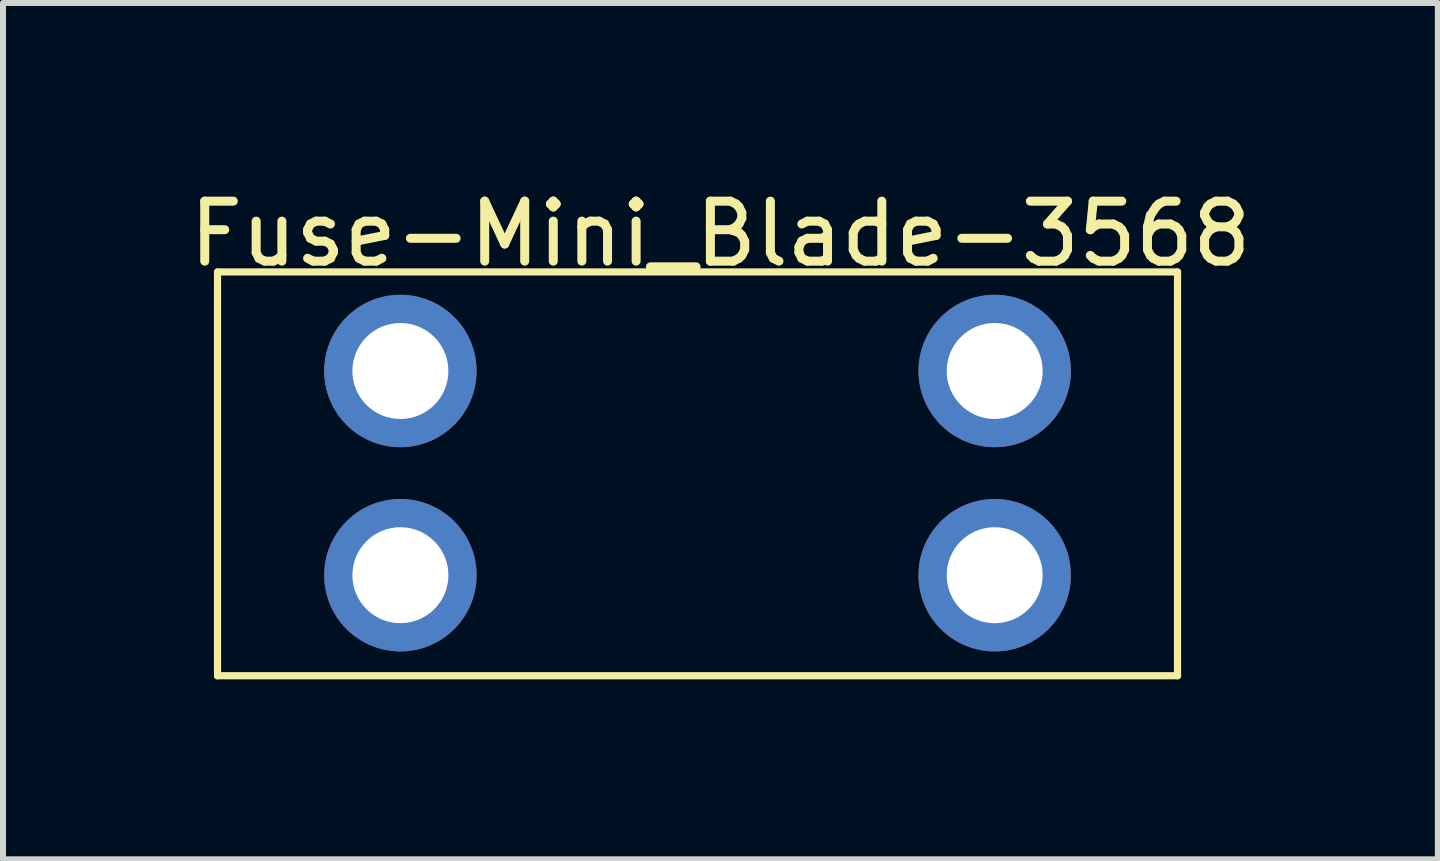
<source format=kicad_pcb>
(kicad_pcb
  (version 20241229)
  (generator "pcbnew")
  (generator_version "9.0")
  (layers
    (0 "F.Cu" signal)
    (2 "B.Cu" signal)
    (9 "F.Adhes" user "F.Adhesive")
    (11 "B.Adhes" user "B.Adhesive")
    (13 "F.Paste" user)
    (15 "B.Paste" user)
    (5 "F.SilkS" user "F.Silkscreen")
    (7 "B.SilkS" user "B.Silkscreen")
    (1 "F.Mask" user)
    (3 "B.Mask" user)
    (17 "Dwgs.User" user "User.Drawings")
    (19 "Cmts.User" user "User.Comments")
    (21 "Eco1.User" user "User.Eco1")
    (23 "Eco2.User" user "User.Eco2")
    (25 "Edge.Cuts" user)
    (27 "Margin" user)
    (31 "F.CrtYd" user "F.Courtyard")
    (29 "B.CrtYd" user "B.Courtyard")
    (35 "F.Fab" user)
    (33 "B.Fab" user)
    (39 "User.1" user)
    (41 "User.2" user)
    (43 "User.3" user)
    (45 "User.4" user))
  (footprint "Fuse-Mini_Blade-3568"
    (layer "F.Cu")
    (at 8.704 4.912)
    (property "Reference" "Fuse-Mini_Blade-3568" (at 0.254 -4.064 0) (layer "F.SilkS") (effects (font (size 1 1) (thickness 0.15))))
    (attr through_hole)
    (fp_line (start -8.128 -3.429) (end -8.128 3.302) (stroke (width 0.12) (type solid)) (layer "F.SilkS"))
    (fp_line (start -8.128 -3.429) (end 7.874 -3.429) (stroke (width 0.12) (type solid)) (layer "F.SilkS"))
    (fp_line (start 7.874 -3.429) (end 7.874 3.302) (stroke (width 0.12) (type solid)) (layer "F.SilkS"))
    (fp_line (start 7.874 3.302) (end -8.128 3.302) (stroke (width 0.12) (type solid)) (layer "F.SilkS"))
    (pad "1" thru_hole circle (at -5.08 -1.778) (size 2.54 2.54) (drill 1.6) (layers "*.Cu" "*.Mask"))
    (pad "2" thru_hole circle (at 4.826 -1.778) (size 2.54 2.54) (drill 1.6) (layers "*.Cu" "*.Mask"))
    (pad "3" thru_hole circle (at -5.08 1.626) (size 2.54 2.54) (drill 1.6) (layers "*.Cu" "*.Mask"))
    (pad "4" thru_hole circle (at 4.826 1.626) (size 2.54 2.54) (drill 1.6) (layers "*.Cu" "*.Mask")))
  (gr_rect
    (start -3 -3)
    (end 20.917 11.274)
    (stroke (width 0.1) (type default))
    (fill no)
    (layer "Edge.Cuts")))
</source>
